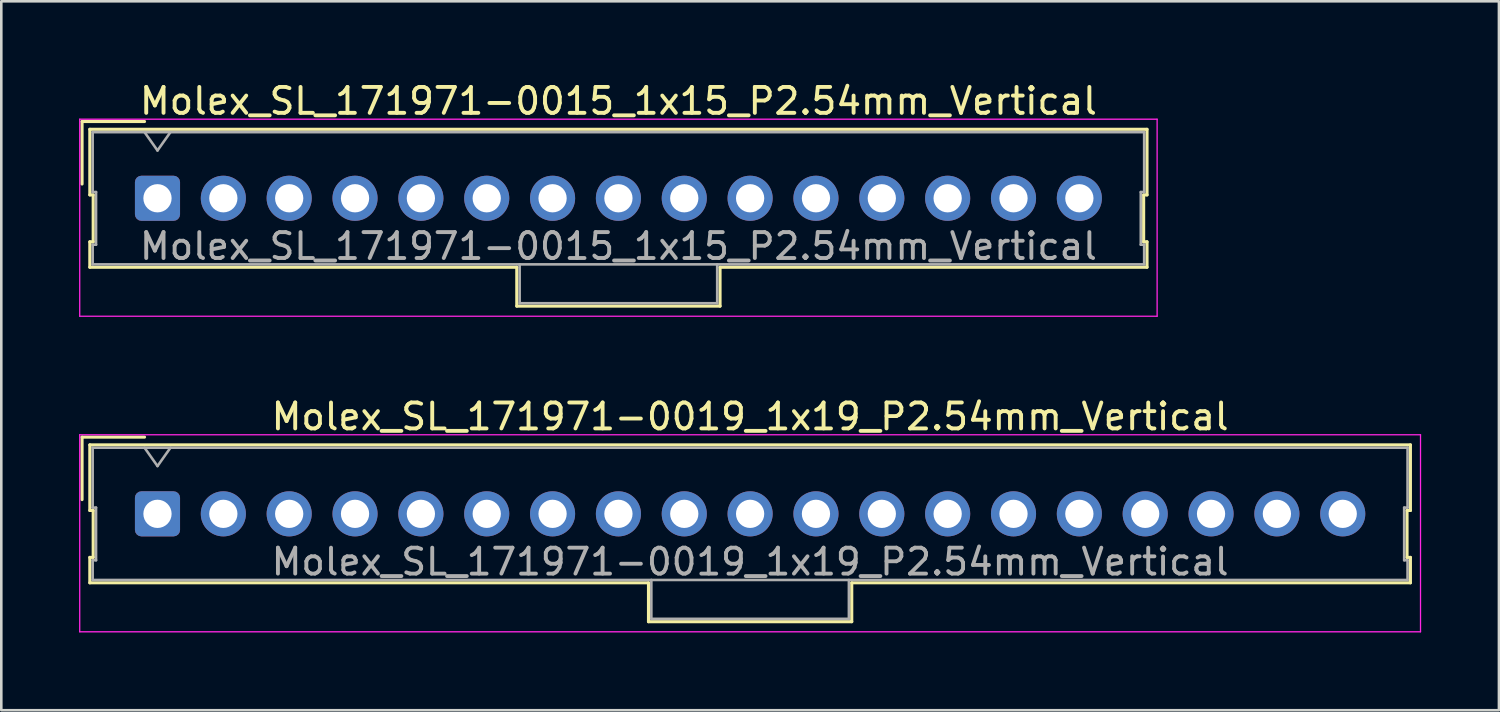
<source format=kicad_pcb>
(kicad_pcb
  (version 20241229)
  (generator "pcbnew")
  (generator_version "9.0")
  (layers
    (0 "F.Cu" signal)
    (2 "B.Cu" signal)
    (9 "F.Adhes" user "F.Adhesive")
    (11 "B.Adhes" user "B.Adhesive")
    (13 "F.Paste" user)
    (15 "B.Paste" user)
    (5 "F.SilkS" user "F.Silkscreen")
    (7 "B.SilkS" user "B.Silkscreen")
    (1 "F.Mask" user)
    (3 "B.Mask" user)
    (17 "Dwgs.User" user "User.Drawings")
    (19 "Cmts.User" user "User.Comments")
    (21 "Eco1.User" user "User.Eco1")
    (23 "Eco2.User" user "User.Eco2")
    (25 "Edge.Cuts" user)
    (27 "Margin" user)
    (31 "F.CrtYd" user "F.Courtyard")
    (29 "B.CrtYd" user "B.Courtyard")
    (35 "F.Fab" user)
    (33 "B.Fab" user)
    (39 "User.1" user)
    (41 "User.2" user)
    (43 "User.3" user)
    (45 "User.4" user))
  (footprint "Molex_SL_171971-0019_1x19_P2.54mm_Vertical"
    (layer "F.Cu")
    (at 3.025 16.771)
    (property "Reference" "Molex_SL_171971-0019_1x19_P2.54mm_Vertical" (at 22.86 -3.75 0) (layer "F.SilkS") (effects (font (size 1 1) (thickness 0.15))))
    (attr through_hole)
    (fp_line (start -2.91 -2.96) (end -0.5 -2.96) (stroke (width 0.12) (type solid)) (layer "F.SilkS"))
    (fp_line (start -2.91 -0.55) (end -2.91 -2.96) (stroke (width 0.12) (type solid)) (layer "F.SilkS"))
    (fp_line (start -2.61 -2.66) (end -2.61 -0.13) (stroke (width 0.12) (type solid)) (layer "F.SilkS"))
    (fp_line (start -2.61 -0.13) (end -2.48 -0.13) (stroke (width 0.12) (type solid)) (layer "F.SilkS"))
    (fp_line (start -2.61 1.68) (end -2.61 2.66) (stroke (width 0.12) (type solid)) (layer "F.SilkS"))
    (fp_line (start -2.61 2.66) (end 18.94 2.66) (stroke (width 0.12) (type solid)) (layer "F.SilkS"))
    (fp_line (start -2.48 -0.13) (end -2.48 1.68) (stroke (width 0.12) (type solid)) (layer "F.SilkS"))
    (fp_line (start -2.48 1.68) (end -2.61 1.68) (stroke (width 0.12) (type solid)) (layer "F.SilkS"))
    (fp_line (start 18.94 2.66) (end 18.94 4.16) (stroke (width 0.12) (type solid)) (layer "F.SilkS"))
    (fp_line (start 18.94 4.16) (end 26.78 4.16) (stroke (width 0.12) (type solid)) (layer "F.SilkS"))
    (fp_line (start 26.78 2.66) (end 48.33 2.66) (stroke (width 0.12) (type solid)) (layer "F.SilkS"))
    (fp_line (start 26.78 4.16) (end 26.78 2.66) (stroke (width 0.12) (type solid)) (layer "F.SilkS"))
    (fp_line (start 48.2 -0.13) (end 48.33 -0.13) (stroke (width 0.12) (type solid)) (layer "F.SilkS"))
    (fp_line (start 48.2 1.68) (end 48.2 -0.13) (stroke (width 0.12) (type solid)) (layer "F.SilkS"))
    (fp_line (start 48.33 -2.66) (end -2.61 -2.66) (stroke (width 0.12) (type solid)) (layer "F.SilkS"))
    (fp_line (start 48.33 -0.13) (end 48.33 -2.66) (stroke (width 0.12) (type solid)) (layer "F.SilkS"))
    (fp_line (start 48.33 1.68) (end 48.2 1.68) (stroke (width 0.12) (type solid)) (layer "F.SilkS"))
    (fp_line (start 48.33 2.66) (end 48.33 1.68) (stroke (width 0.12) (type solid)) (layer "F.SilkS"))
    (fp_line (start -3 -3.05) (end -3 4.55) (stroke (width 0.05) (type solid)) (layer "F.CrtYd"))
    (fp_line (start -3 4.55) (end 48.72 4.55) (stroke (width 0.05) (type solid)) (layer "F.CrtYd"))
    (fp_line (start 48.72 -3.05) (end -3 -3.05) (stroke (width 0.05) (type solid)) (layer "F.CrtYd"))
    (fp_line (start 48.72 4.55) (end 48.72 -3.05) (stroke (width 0.05) (type solid)) (layer "F.CrtYd"))
    (fp_line (start -2.5 -2.55) (end -2.5 -0.24) (stroke (width 0.1) (type solid)) (layer "F.Fab"))
    (fp_line (start -2.5 -0.24) (end -2.37 -0.24) (stroke (width 0.1) (type solid)) (layer "F.Fab"))
    (fp_line (start -2.5 1.79) (end -2.5 2.55) (stroke (width 0.1) (type solid)) (layer "F.Fab"))
    (fp_line (start -2.5 2.55) (end 48.22 2.55) (stroke (width 0.1) (type solid)) (layer "F.Fab"))
    (fp_line (start -2.37 -0.24) (end -2.37 1.79) (stroke (width 0.1) (type solid)) (layer "F.Fab"))
    (fp_line (start -2.37 1.79) (end -2.5 1.79) (stroke (width 0.1) (type solid)) (layer "F.Fab"))
    (fp_line (start 0 -1.843) (end -0.5 -2.55) (stroke (width 0.1) (type solid)) (layer "F.Fab"))
    (fp_line (start 0.5 -2.55) (end 0 -1.843) (stroke (width 0.1) (type solid)) (layer "F.Fab"))
    (fp_line (start 19.05 2.55) (end 19.05 4.05) (stroke (width 0.1) (type solid)) (layer "F.Fab"))
    (fp_line (start 19.05 4.05) (end 26.67 4.05) (stroke (width 0.1) (type solid)) (layer "F.Fab"))
    (fp_line (start 26.67 4.05) (end 26.67 2.55) (stroke (width 0.1) (type solid)) (layer "F.Fab"))
    (fp_line (start 48.09 -0.24) (end 48.22 -0.24) (stroke (width 0.1) (type solid)) (layer "F.Fab"))
    (fp_line (start 48.09 1.79) (end 48.09 -0.24) (stroke (width 0.1) (type solid)) (layer "F.Fab"))
    (fp_line (start 48.22 -2.55) (end -2.5 -2.55) (stroke (width 0.1) (type solid)) (layer "F.Fab"))
    (fp_line (start 48.22 -0.24) (end 48.22 -2.55) (stroke (width 0.1) (type solid)) (layer "F.Fab"))
    (fp_line (start 48.22 1.79) (end 48.09 1.79) (stroke (width 0.1) (type solid)) (layer "F.Fab"))
    (fp_line (start 48.22 2.55) (end 48.22 1.79) (stroke (width 0.1) (type solid)) (layer "F.Fab"))
    (fp_text user "${REFERENCE}" (at 22.86 1.85 0) (layer "F.Fab") (effects (font (size 1 1) (thickness 0.15))))
    (pad "1" thru_hole roundrect (at 0 0) (size 1.74 1.74) (drill 1.09) (layers "*.Cu" "*.Mask") (roundrect_rratio 0.144))
    (pad "2" thru_hole circle (at 2.54 0) (size 1.74 1.74) (drill 1.09) (layers "*.Cu" "*.Mask"))
    (pad "3" thru_hole circle (at 5.08 0) (size 1.74 1.74) (drill 1.09) (layers "*.Cu" "*.Mask"))
    (pad "4" thru_hole circle (at 7.62 0) (size 1.74 1.74) (drill 1.09) (layers "*.Cu" "*.Mask"))
    (pad "5" thru_hole circle (at 10.16 0) (size 1.74 1.74) (drill 1.09) (layers "*.Cu" "*.Mask"))
    (pad "6" thru_hole circle (at 12.7 0) (size 1.74 1.74) (drill 1.09) (layers "*.Cu" "*.Mask"))
    (pad "7" thru_hole circle (at 15.24 0) (size 1.74 1.74) (drill 1.09) (layers "*.Cu" "*.Mask"))
    (pad "8" thru_hole circle (at 17.78 0) (size 1.74 1.74) (drill 1.09) (layers "*.Cu" "*.Mask"))
    (pad "9" thru_hole circle (at 20.32 0) (size 1.74 1.74) (drill 1.09) (layers "*.Cu" "*.Mask"))
    (pad "10" thru_hole circle (at 22.86 0) (size 1.74 1.74) (drill 1.09) (layers "*.Cu" "*.Mask"))
    (pad "11" thru_hole circle (at 25.4 0) (size 1.74 1.74) (drill 1.09) (layers "*.Cu" "*.Mask"))
    (pad "12" thru_hole circle (at 27.94 0) (size 1.74 1.74) (drill 1.09) (layers "*.Cu" "*.Mask"))
    (pad "13" thru_hole circle (at 30.48 0) (size 1.74 1.74) (drill 1.09) (layers "*.Cu" "*.Mask"))
    (pad "14" thru_hole circle (at 33.02 0) (size 1.74 1.74) (drill 1.09) (layers "*.Cu" "*.Mask"))
    (pad "15" thru_hole circle (at 35.56 0) (size 1.74 1.74) (drill 1.09) (layers "*.Cu" "*.Mask"))
    (pad "16" thru_hole circle (at 38.1 0) (size 1.74 1.74) (drill 1.09) (layers "*.Cu" "*.Mask"))
    (pad "17" thru_hole circle (at 40.64 0) (size 1.74 1.74) (drill 1.09) (layers "*.Cu" "*.Mask"))
    (pad "18" thru_hole circle (at 43.18 0) (size 1.74 1.74) (drill 1.09) (layers "*.Cu" "*.Mask"))
    (pad "19" thru_hole circle (at 45.72 0) (size 1.74 1.74) (drill 1.09) (layers "*.Cu" "*.Mask")))
  (footprint "Molex_SL_171971-0015_1x15_P2.54mm_Vertical"
    (layer "F.Cu")
    (at 3.025 4.598)
    (property "Reference" "Molex_SL_171971-0015_1x15_P2.54mm_Vertical" (at 17.78 -3.75 0) (layer "F.SilkS") (effects (font (size 1 1) (thickness 0.15))))
    (attr through_hole)
    (fp_line (start -2.91 -2.96) (end -0.5 -2.96) (stroke (width 0.12) (type solid)) (layer "F.SilkS"))
    (fp_line (start -2.91 -0.55) (end -2.91 -2.96) (stroke (width 0.12) (type solid)) (layer "F.SilkS"))
    (fp_line (start -2.61 -2.66) (end -2.61 -0.13) (stroke (width 0.12) (type solid)) (layer "F.SilkS"))
    (fp_line (start -2.61 -0.13) (end -2.48 -0.13) (stroke (width 0.12) (type solid)) (layer "F.SilkS"))
    (fp_line (start -2.61 1.68) (end -2.61 2.66) (stroke (width 0.12) (type solid)) (layer "F.SilkS"))
    (fp_line (start -2.61 2.66) (end 13.86 2.66) (stroke (width 0.12) (type solid)) (layer "F.SilkS"))
    (fp_line (start -2.48 -0.13) (end -2.48 1.68) (stroke (width 0.12) (type solid)) (layer "F.SilkS"))
    (fp_line (start -2.48 1.68) (end -2.61 1.68) (stroke (width 0.12) (type solid)) (layer "F.SilkS"))
    (fp_line (start 13.86 2.66) (end 13.86 4.16) (stroke (width 0.12) (type solid)) (layer "F.SilkS"))
    (fp_line (start 13.86 4.16) (end 21.7 4.16) (stroke (width 0.12) (type solid)) (layer "F.SilkS"))
    (fp_line (start 21.7 2.66) (end 38.17 2.66) (stroke (width 0.12) (type solid)) (layer "F.SilkS"))
    (fp_line (start 21.7 4.16) (end 21.7 2.66) (stroke (width 0.12) (type solid)) (layer "F.SilkS"))
    (fp_line (start 38.04 -0.13) (end 38.17 -0.13) (stroke (width 0.12) (type solid)) (layer "F.SilkS"))
    (fp_line (start 38.04 1.68) (end 38.04 -0.13) (stroke (width 0.12) (type solid)) (layer "F.SilkS"))
    (fp_line (start 38.17 -2.66) (end -2.61 -2.66) (stroke (width 0.12) (type solid)) (layer "F.SilkS"))
    (fp_line (start 38.17 -0.13) (end 38.17 -2.66) (stroke (width 0.12) (type solid)) (layer "F.SilkS"))
    (fp_line (start 38.17 1.68) (end 38.04 1.68) (stroke (width 0.12) (type solid)) (layer "F.SilkS"))
    (fp_line (start 38.17 2.66) (end 38.17 1.68) (stroke (width 0.12) (type solid)) (layer "F.SilkS"))
    (fp_line (start -3 -3.05) (end -3 4.55) (stroke (width 0.05) (type solid)) (layer "F.CrtYd"))
    (fp_line (start -3 4.55) (end 38.56 4.55) (stroke (width 0.05) (type solid)) (layer "F.CrtYd"))
    (fp_line (start 38.56 -3.05) (end -3 -3.05) (stroke (width 0.05) (type solid)) (layer "F.CrtYd"))
    (fp_line (start 38.56 4.55) (end 38.56 -3.05) (stroke (width 0.05) (type solid)) (layer "F.CrtYd"))
    (fp_line (start -2.5 -2.55) (end -2.5 -0.24) (stroke (width 0.1) (type solid)) (layer "F.Fab"))
    (fp_line (start -2.5 -0.24) (end -2.37 -0.24) (stroke (width 0.1) (type solid)) (layer "F.Fab"))
    (fp_line (start -2.5 1.79) (end -2.5 2.55) (stroke (width 0.1) (type solid)) (layer "F.Fab"))
    (fp_line (start -2.5 2.55) (end 38.06 2.55) (stroke (width 0.1) (type solid)) (layer "F.Fab"))
    (fp_line (start -2.37 -0.24) (end -2.37 1.79) (stroke (width 0.1) (type solid)) (layer "F.Fab"))
    (fp_line (start -2.37 1.79) (end -2.5 1.79) (stroke (width 0.1) (type solid)) (layer "F.Fab"))
    (fp_line (start 0 -1.843) (end -0.5 -2.55) (stroke (width 0.1) (type solid)) (layer "F.Fab"))
    (fp_line (start 0.5 -2.55) (end 0 -1.843) (stroke (width 0.1) (type solid)) (layer "F.Fab"))
    (fp_line (start 13.97 2.55) (end 13.97 4.05) (stroke (width 0.1) (type solid)) (layer "F.Fab"))
    (fp_line (start 13.97 4.05) (end 21.59 4.05) (stroke (width 0.1) (type solid)) (layer "F.Fab"))
    (fp_line (start 21.59 4.05) (end 21.59 2.55) (stroke (width 0.1) (type solid)) (layer "F.Fab"))
    (fp_line (start 37.93 -0.24) (end 38.06 -0.24) (stroke (width 0.1) (type solid)) (layer "F.Fab"))
    (fp_line (start 37.93 1.79) (end 37.93 -0.24) (stroke (width 0.1) (type solid)) (layer "F.Fab"))
    (fp_line (start 38.06 -2.55) (end -2.5 -2.55) (stroke (width 0.1) (type solid)) (layer "F.Fab"))
    (fp_line (start 38.06 -0.24) (end 38.06 -2.55) (stroke (width 0.1) (type solid)) (layer "F.Fab"))
    (fp_line (start 38.06 1.79) (end 37.93 1.79) (stroke (width 0.1) (type solid)) (layer "F.Fab"))
    (fp_line (start 38.06 2.55) (end 38.06 1.79) (stroke (width 0.1) (type solid)) (layer "F.Fab"))
    (fp_text user "${REFERENCE}" (at 17.78 1.85 0) (layer "F.Fab") (effects (font (size 1 1) (thickness 0.15))))
    (pad "1" thru_hole roundrect (at 0 0) (size 1.74 1.74) (drill 1.09) (layers "*.Cu" "*.Mask") (roundrect_rratio 0.144))
    (pad "2" thru_hole circle (at 2.54 0) (size 1.74 1.74) (drill 1.09) (layers "*.Cu" "*.Mask"))
    (pad "3" thru_hole circle (at 5.08 0) (size 1.74 1.74) (drill 1.09) (layers "*.Cu" "*.Mask"))
    (pad "4" thru_hole circle (at 7.62 0) (size 1.74 1.74) (drill 1.09) (layers "*.Cu" "*.Mask"))
    (pad "5" thru_hole circle (at 10.16 0) (size 1.74 1.74) (drill 1.09) (layers "*.Cu" "*.Mask"))
    (pad "6" thru_hole circle (at 12.7 0) (size 1.74 1.74) (drill 1.09) (layers "*.Cu" "*.Mask"))
    (pad "7" thru_hole circle (at 15.24 0) (size 1.74 1.74) (drill 1.09) (layers "*.Cu" "*.Mask"))
    (pad "8" thru_hole circle (at 17.78 0) (size 1.74 1.74) (drill 1.09) (layers "*.Cu" "*.Mask"))
    (pad "9" thru_hole circle (at 20.32 0) (size 1.74 1.74) (drill 1.09) (layers "*.Cu" "*.Mask"))
    (pad "10" thru_hole circle (at 22.86 0) (size 1.74 1.74) (drill 1.09) (layers "*.Cu" "*.Mask"))
    (pad "11" thru_hole circle (at 25.4 0) (size 1.74 1.74) (drill 1.09) (layers "*.Cu" "*.Mask"))
    (pad "12" thru_hole circle (at 27.94 0) (size 1.74 1.74) (drill 1.09) (layers "*.Cu" "*.Mask"))
    (pad "13" thru_hole circle (at 30.48 0) (size 1.74 1.74) (drill 1.09) (layers "*.Cu" "*.Mask"))
    (pad "14" thru_hole circle (at 33.02 0) (size 1.74 1.74) (drill 1.09) (layers "*.Cu" "*.Mask"))
    (pad "15" thru_hole circle (at 35.56 0) (size 1.74 1.74) (drill 1.09) (layers "*.Cu" "*.Mask")))
  (gr_rect
    (start -3 -3)
    (end 54.77 24.346)
    (stroke (width 0.1) (type default))
    (fill no)
    (layer "Edge.Cuts")))
</source>
